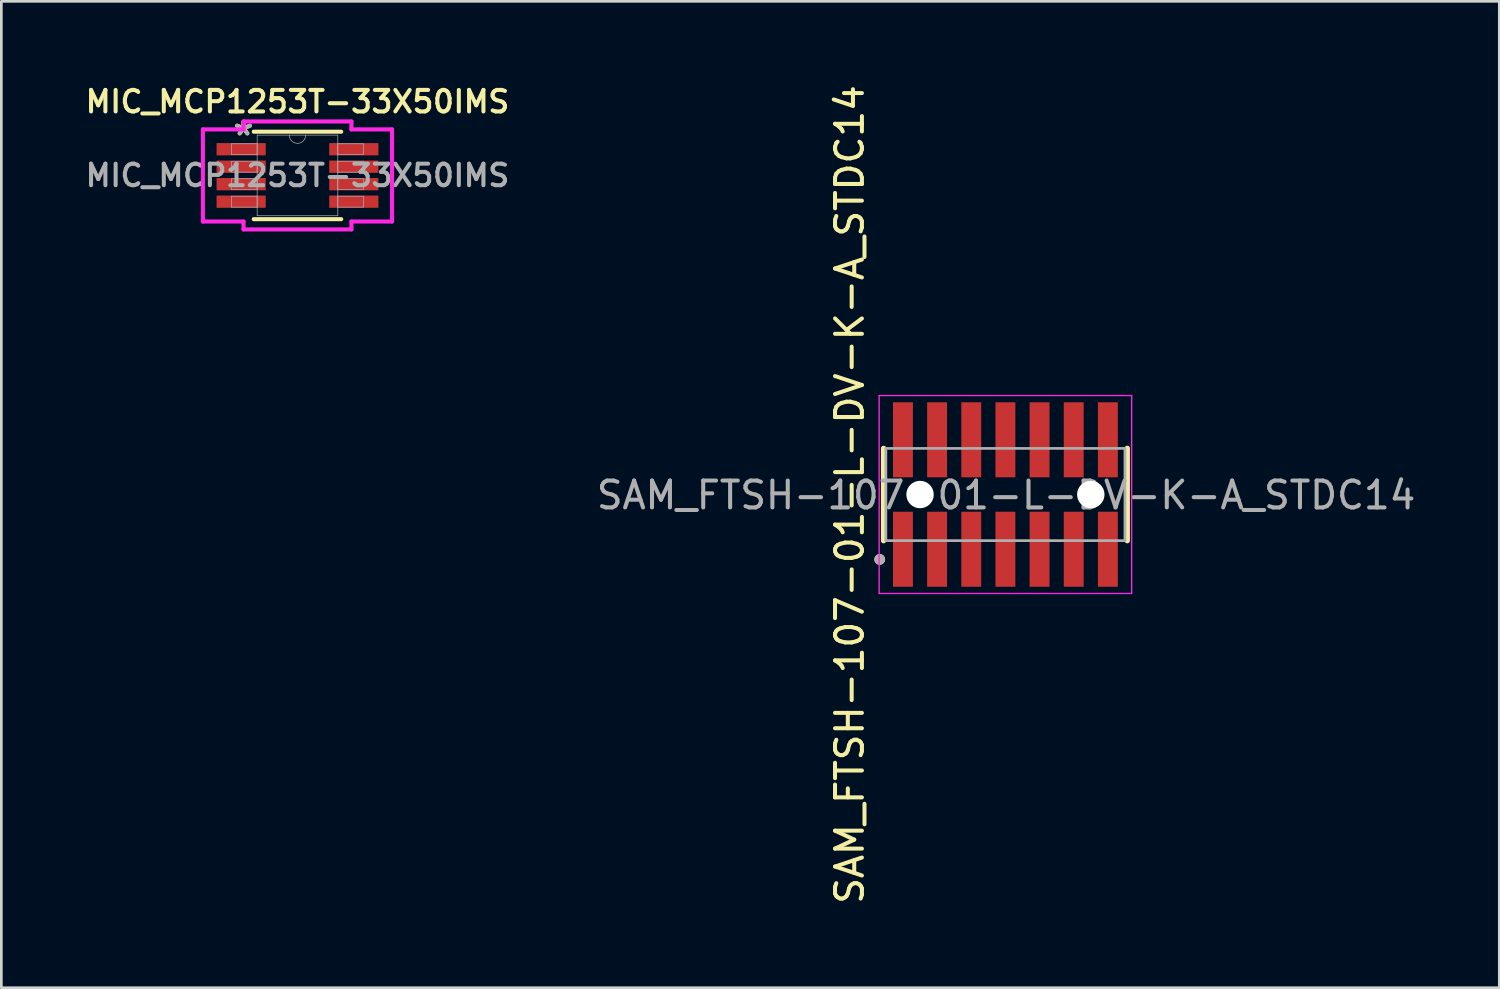
<source format=kicad_pcb>
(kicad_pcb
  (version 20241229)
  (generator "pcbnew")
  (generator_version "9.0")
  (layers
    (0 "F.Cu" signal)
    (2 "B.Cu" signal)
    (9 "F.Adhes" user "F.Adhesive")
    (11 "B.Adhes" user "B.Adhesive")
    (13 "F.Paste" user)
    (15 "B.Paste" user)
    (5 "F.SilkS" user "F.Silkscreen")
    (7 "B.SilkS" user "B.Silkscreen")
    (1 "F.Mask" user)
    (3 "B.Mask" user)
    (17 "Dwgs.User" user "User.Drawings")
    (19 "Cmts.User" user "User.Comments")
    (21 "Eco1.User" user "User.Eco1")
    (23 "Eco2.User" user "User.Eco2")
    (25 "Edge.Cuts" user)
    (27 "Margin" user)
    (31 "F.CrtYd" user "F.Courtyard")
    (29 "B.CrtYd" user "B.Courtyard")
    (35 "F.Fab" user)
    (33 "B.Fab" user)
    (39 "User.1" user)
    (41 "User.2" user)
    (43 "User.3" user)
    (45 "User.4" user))
  (footprint "MIC_MCP1253T-33X50IMS"
    (layer "F.Cu")
    (at 8.012 3.474)
    (property "Reference" "MIC_MCP1253T-33X50IMS" (at 0 -2.743 0) (unlocked yes) (layer "F.SilkS") (effects (font (size 0.8 0.8) (thickness 0.15))))
    (attr smd)
    (fp_line (start -1.626 1.626) (end 1.626 1.626) (stroke (width 0.152) (type solid)) (layer "F.SilkS"))
    (fp_line (start 1.626 -1.626) (end -1.626 -1.626) (stroke (width 0.152) (type solid)) (layer "F.SilkS"))
    (fp_line (start -3.518 -1.712) (end -2.007 -1.712) (stroke (width 0.152) (type solid)) (layer "F.CrtYd"))
    (fp_line (start -3.518 1.712) (end -3.518 -1.712) (stroke (width 0.152) (type solid)) (layer "F.CrtYd"))
    (fp_line (start -3.518 1.712) (end -2.007 1.712) (stroke (width 0.152) (type solid)) (layer "F.CrtYd"))
    (fp_line (start -2.007 -2.007) (end 2.007 -2.007) (stroke (width 0.152) (type solid)) (layer "F.CrtYd"))
    (fp_line (start -2.007 -1.712) (end -2.007 -2.007) (stroke (width 0.152) (type solid)) (layer "F.CrtYd"))
    (fp_line (start -2.007 2.007) (end -2.007 1.712) (stroke (width 0.152) (type solid)) (layer "F.CrtYd"))
    (fp_line (start 2.007 -2.007) (end 2.007 -1.712) (stroke (width 0.152) (type solid)) (layer "F.CrtYd"))
    (fp_line (start 2.007 1.712) (end 2.007 2.007) (stroke (width 0.152) (type solid)) (layer "F.CrtYd"))
    (fp_line (start 2.007 2.007) (end -2.007 2.007) (stroke (width 0.152) (type solid)) (layer "F.CrtYd"))
    (fp_line (start 3.518 -1.712) (end 2.007 -1.712) (stroke (width 0.152) (type solid)) (layer "F.CrtYd"))
    (fp_line (start 3.518 -1.712) (end 3.518 1.712) (stroke (width 0.152) (type solid)) (layer "F.CrtYd"))
    (fp_line (start 3.518 1.712) (end 2.007 1.712) (stroke (width 0.152) (type solid)) (layer "F.CrtYd"))
    (fp_line (start -2.451 -1.178) (end -2.451 -0.772) (stroke (width 0.025) (type solid)) (layer "F.Fab"))
    (fp_line (start -2.451 -0.772) (end -1.499 -0.772) (stroke (width 0.025) (type solid)) (layer "F.Fab"))
    (fp_line (start -2.451 -0.528) (end -2.451 -0.122) (stroke (width 0.025) (type solid)) (layer "F.Fab"))
    (fp_line (start -2.451 -0.122) (end -1.499 -0.122) (stroke (width 0.025) (type solid)) (layer "F.Fab"))
    (fp_line (start -2.451 0.122) (end -2.451 0.528) (stroke (width 0.025) (type solid)) (layer "F.Fab"))
    (fp_line (start -2.451 0.528) (end -1.499 0.528) (stroke (width 0.025) (type solid)) (layer "F.Fab"))
    (fp_line (start -2.451 0.772) (end -2.451 1.178) (stroke (width 0.025) (type solid)) (layer "F.Fab"))
    (fp_line (start -2.451 1.178) (end -1.499 1.178) (stroke (width 0.025) (type solid)) (layer "F.Fab"))
    (fp_line (start -1.499 -1.499) (end -1.499 1.499) (stroke (width 0.025) (type solid)) (layer "F.Fab"))
    (fp_line (start -1.499 -1.178) (end -2.451 -1.178) (stroke (width 0.025) (type solid)) (layer "F.Fab"))
    (fp_line (start -1.499 -0.772) (end -1.499 -1.178) (stroke (width 0.025) (type solid)) (layer "F.Fab"))
    (fp_line (start -1.499 -0.528) (end -2.451 -0.528) (stroke (width 0.025) (type solid)) (layer "F.Fab"))
    (fp_line (start -1.499 -0.122) (end -1.499 -0.528) (stroke (width 0.025) (type solid)) (layer "F.Fab"))
    (fp_line (start -1.499 0.122) (end -2.451 0.122) (stroke (width 0.025) (type solid)) (layer "F.Fab"))
    (fp_line (start -1.499 0.528) (end -1.499 0.122) (stroke (width 0.025) (type solid)) (layer "F.Fab"))
    (fp_line (start -1.499 0.772) (end -2.451 0.772) (stroke (width 0.025) (type solid)) (layer "F.Fab"))
    (fp_line (start -1.499 1.178) (end -1.499 0.772) (stroke (width 0.025) (type solid)) (layer "F.Fab"))
    (fp_line (start -1.499 1.499) (end 1.499 1.499) (stroke (width 0.025) (type solid)) (layer "F.Fab"))
    (fp_line (start 1.499 -1.499) (end -1.499 -1.499) (stroke (width 0.025) (type solid)) (layer "F.Fab"))
    (fp_line (start 1.499 -1.178) (end 1.499 -0.772) (stroke (width 0.025) (type solid)) (layer "F.Fab"))
    (fp_line (start 1.499 -0.772) (end 2.451 -0.772) (stroke (width 0.025) (type solid)) (layer "F.Fab"))
    (fp_line (start 1.499 -0.528) (end 1.499 -0.122) (stroke (width 0.025) (type solid)) (layer "F.Fab"))
    (fp_line (start 1.499 -0.122) (end 2.451 -0.122) (stroke (width 0.025) (type solid)) (layer "F.Fab"))
    (fp_line (start 1.499 0.122) (end 1.499 0.528) (stroke (width 0.025) (type solid)) (layer "F.Fab"))
    (fp_line (start 1.499 0.528) (end 2.451 0.528) (stroke (width 0.025) (type solid)) (layer "F.Fab"))
    (fp_line (start 1.499 0.772) (end 1.499 1.178) (stroke (width 0.025) (type solid)) (layer "F.Fab"))
    (fp_line (start 1.499 1.178) (end 2.451 1.178) (stroke (width 0.025) (type solid)) (layer "F.Fab"))
    (fp_line (start 1.499 1.499) (end 1.499 -1.499) (stroke (width 0.025) (type solid)) (layer "F.Fab"))
    (fp_line (start 2.451 -1.178) (end 1.499 -1.178) (stroke (width 0.025) (type solid)) (layer "F.Fab"))
    (fp_line (start 2.451 -0.772) (end 2.451 -1.178) (stroke (width 0.025) (type solid)) (layer "F.Fab"))
    (fp_line (start 2.451 -0.528) (end 1.499 -0.528) (stroke (width 0.025) (type solid)) (layer "F.Fab"))
    (fp_line (start 2.451 -0.122) (end 2.451 -0.528) (stroke (width 0.025) (type solid)) (layer "F.Fab"))
    (fp_line (start 2.451 0.122) (end 1.499 0.122) (stroke (width 0.025) (type solid)) (layer "F.Fab"))
    (fp_line (start 2.451 0.528) (end 2.451 0.122) (stroke (width 0.025) (type solid)) (layer "F.Fab"))
    (fp_line (start 2.451 0.772) (end 1.499 0.772) (stroke (width 0.025) (type solid)) (layer "F.Fab"))
    (fp_line (start 2.451 1.178) (end 2.451 0.772) (stroke (width 0.025) (type solid)) (layer "F.Fab"))
    (fp_arc (start 0.3048 -1.4986) (mid 0 -1.1938) (end -0.3048 -1.4986) (stroke (width 0.0254) (type solid)) (layer "F.Fab"))
    (fp_text user "*" (at -2.007 -1.448 0) (layer "F.SilkS") (effects (font (size 1 1) (thickness 0.15))))
    (fp_text user "${REFERENCE}" (at 0 0 0) (unlocked yes) (layer "F.Fab") (effects (font (size 0.8 0.8) (thickness 0.15))))
    (fp_text user "*" (at -2.007 -1.448 0) (unlocked yes) (layer "F.Fab") (effects (font (size 1 1) (thickness 0.15))))
    (pad "1" smd rect (at -2.095 -0.975) (size 1.829 0.457) (layers "F.Cu" "F.Mask" "F.Paste"))
    (pad "2" smd rect (at -2.095 -0.325) (size 1.829 0.457) (layers "F.Cu" "F.Mask" "F.Paste"))
    (pad "3" smd rect (at -2.095 0.325) (size 1.829 0.457) (layers "F.Cu" "F.Mask" "F.Paste"))
    (pad "4" smd rect (at -2.095 0.975) (size 1.829 0.457) (layers "F.Cu" "F.Mask" "F.Paste"))
    (pad "5" smd rect (at 2.095 0.975) (size 1.829 0.457) (layers "F.Cu" "F.Mask" "F.Paste"))
    (pad "6" smd rect (at 2.095 0.325) (size 1.829 0.457) (layers "F.Cu" "F.Mask" "F.Paste"))
    (pad "7" smd rect (at 2.095 -0.325) (size 1.829 0.457) (layers "F.Cu" "F.Mask" "F.Paste"))
    (pad "8" smd rect (at 2.095 -0.975) (size 1.829 0.457) (layers "F.Cu" "F.Mask" "F.Paste")))
  (footprint "SAM_FTSH-107-01-L-DV-K-A_STDC14"
    (layer "F.Cu")
    (at 34.337 15.339)
    (property "Reference" "SAM_FTSH-107-01-L-DV-K-A_STDC14" (at -5.791 0 90) (layer "F.SilkS") (effects (font (size 1 1) (thickness 0.15))))
    (attr smd)
    (fp_circle (center -3.175 0) (end -2.614 0) (stroke (width 0) (type solid)) (fill yes) (layer "B.Mask"))
    (fp_circle (center 3.175 0) (end 3.736 0) (stroke (width 0) (type solid)) (fill yes) (layer "B.Mask"))
    (fp_line (start -4.53 -1.715) (end -4.53 1.715) (stroke (width 0.2) (type solid)) (layer "F.SilkS"))
    (fp_line (start 4.53 1.715) (end 4.53 -1.715) (stroke (width 0.2) (type solid)) (layer "F.SilkS"))
    (fp_circle (center -4.674 2.413) (end -4.574 2.413) (stroke (width 0.2) (type solid)) (fill no) (layer "F.SilkS"))
    (fp_poly (pts (xy -1.64 -3.427) (xy -0.9 -3.427) (xy -0.9 -0.637) (xy -1.64 -0.637)) (stroke (width 0.01) (type solid)) (fill yes) (layer "F.Paste"))
    (fp_poly (pts (xy -1.64 0.637) (xy -0.9 0.637) (xy -0.9 3.427) (xy -1.64 3.427)) (stroke (width 0.01) (type solid)) (fill yes) (layer "F.Paste"))
    (fp_poly (pts (xy -0.37 -3.427) (xy 0.37 -3.427) (xy 0.37 -0.637) (xy -0.37 -0.637)) (stroke (width 0.01) (type solid)) (fill yes) (layer "F.Paste"))
    (fp_poly (pts (xy -0.37 0.637) (xy 0.37 0.637) (xy 0.37 3.427) (xy -0.37 3.427)) (stroke (width 0.01) (type solid)) (fill yes) (layer "F.Paste"))
    (fp_poly (pts (xy 0.9 -3.427) (xy 1.64 -3.427) (xy 1.64 -0.637) (xy 0.9 -0.637)) (stroke (width 0.01) (type solid)) (fill yes) (layer "F.Paste"))
    (fp_poly (pts (xy 0.9 0.637) (xy 1.64 0.637) (xy 1.64 3.427) (xy 0.9 3.427)) (stroke (width 0.01) (type solid)) (fill yes) (layer "F.Paste"))
    (fp_poly (pts (xy 2.17 -3.427) (xy 2.91 -3.427) (xy 2.91 -0.637) (xy 2.17 -0.637)) (stroke (width 0.01) (type solid)) (fill yes) (layer "F.Paste"))
    (fp_poly (pts (xy 2.17 0.637) (xy 2.91 0.637) (xy 2.91 3.427) (xy 2.17 3.427)) (stroke (width 0.01) (type solid)) (fill yes) (layer "F.Paste"))
    (fp_poly (pts (xy 3.44 -3.427) (xy 4.18 -3.427) (xy 4.18 -0.637) (xy 3.44 -0.637)) (stroke (width 0.01) (type solid)) (fill yes) (layer "F.Paste"))
    (fp_poly (pts (xy 3.44 0.637) (xy 4.18 0.637) (xy 4.18 3.427) (xy 3.44 3.427)) (stroke (width 0.01) (type solid)) (fill yes) (layer "F.Paste"))
    (fp_line (start -4.695 -3.68) (end 4.695 -3.68) (stroke (width 0.05) (type solid)) (layer "F.CrtYd"))
    (fp_line (start -4.695 3.68) (end -4.695 -3.68) (stroke (width 0.05) (type solid)) (layer "F.CrtYd"))
    (fp_line (start 4.695 -3.68) (end 4.695 3.68) (stroke (width 0.05) (type solid)) (layer "F.CrtYd"))
    (fp_line (start 4.695 3.68) (end -4.695 3.68) (stroke (width 0.05) (type solid)) (layer "F.CrtYd"))
    (fp_line (start -4.445 1.715) (end -4.445 -1.715) (stroke (width 0.1) (type solid)) (layer "F.Fab"))
    (fp_line (start -4.445 1.715) (end 4.445 1.715) (stroke (width 0.1) (type solid)) (layer "F.Fab"))
    (fp_line (start 4.445 -1.715) (end -4.445 -1.715) (stroke (width 0.1) (type solid)) (layer "F.Fab"))
    (fp_line (start 4.445 1.715) (end 4.445 -1.715) (stroke (width 0.1) (type solid)) (layer "F.Fab"))
    (fp_circle (center -4.674 2.413) (end -4.574 2.413) (stroke (width 0.2) (type solid)) (fill no) (layer "F.Fab"))
    (fp_text user "${REFERENCE}" (at 0.025 0.025 0) (unlocked yes) (layer "F.Fab") (effects (font (size 1 1) (thickness 0.15))))
    (pad "" np_thru_hole circle (at -3.175 0) (size 1.02 1.02) (drill 1.02) (layers "*.Cu" "*.Mask"))
    (pad "" np_thru_hole circle (at 3.175 0) (size 1.02 1.02) (drill 1.02) (layers "*.Cu" "*.Mask"))
    (pad "01" smd rect (at -3.81 2.035) (size 0.74 2.79) (layers "F.Cu" "F.Mask" "F.Paste"))
    (pad "02" smd rect (at -3.81 -2.035) (size 0.74 2.79) (layers "F.Cu" "F.Mask" "F.Paste"))
    (pad "03" smd rect (at -2.54 2.035) (size 0.74 2.79) (layers "F.Cu" "F.Mask" "F.Paste"))
    (pad "04" smd rect (at -2.54 -2.035) (size 0.74 2.79) (layers "F.Cu" "F.Mask" "F.Paste"))
    (pad "05" smd rect (at -1.27 2.035) (size 0.74 2.79) (layers "F.Cu" "F.Mask" "F.Paste"))
    (pad "06" smd rect (at -1.27 -2.035) (size 0.74 2.79) (layers "F.Cu" "F.Mask" "F.Paste"))
    (pad "07" smd rect (at 0 2.035) (size 0.74 2.79) (layers "F.Cu" "F.Mask" "F.Paste"))
    (pad "08" smd rect (at 0 -2.035) (size 0.74 2.79) (layers "F.Cu" "F.Mask" "F.Paste"))
    (pad "09" smd rect (at 1.27 2.035) (size 0.74 2.79) (layers "F.Cu" "F.Mask" "F.Paste"))
    (pad "10" smd rect (at 1.27 -2.035) (size 0.74 2.79) (layers "F.Cu" "F.Mask" "F.Paste"))
    (pad "11" smd rect (at 2.54 2.035) (size 0.74 2.79) (layers "F.Cu" "F.Mask" "F.Paste"))
    (pad "12" smd rect (at 2.54 -2.035) (size 0.74 2.79) (layers "F.Cu" "F.Mask" "F.Paste"))
    (pad "13" smd rect (at 3.81 2.035) (size 0.74 2.79) (layers "F.Cu" "F.Mask" "F.Paste"))
    (pad "14" smd rect (at 3.81 -2.035) (size 0.74 2.79) (layers "F.Cu" "F.Mask" "F.Paste")))
  (gr_rect
    (start -3 -3)
    (end 52.702 33.679)
    (stroke (width 0.1) (type default))
    (fill no)
    (layer "Edge.Cuts")))
</source>
